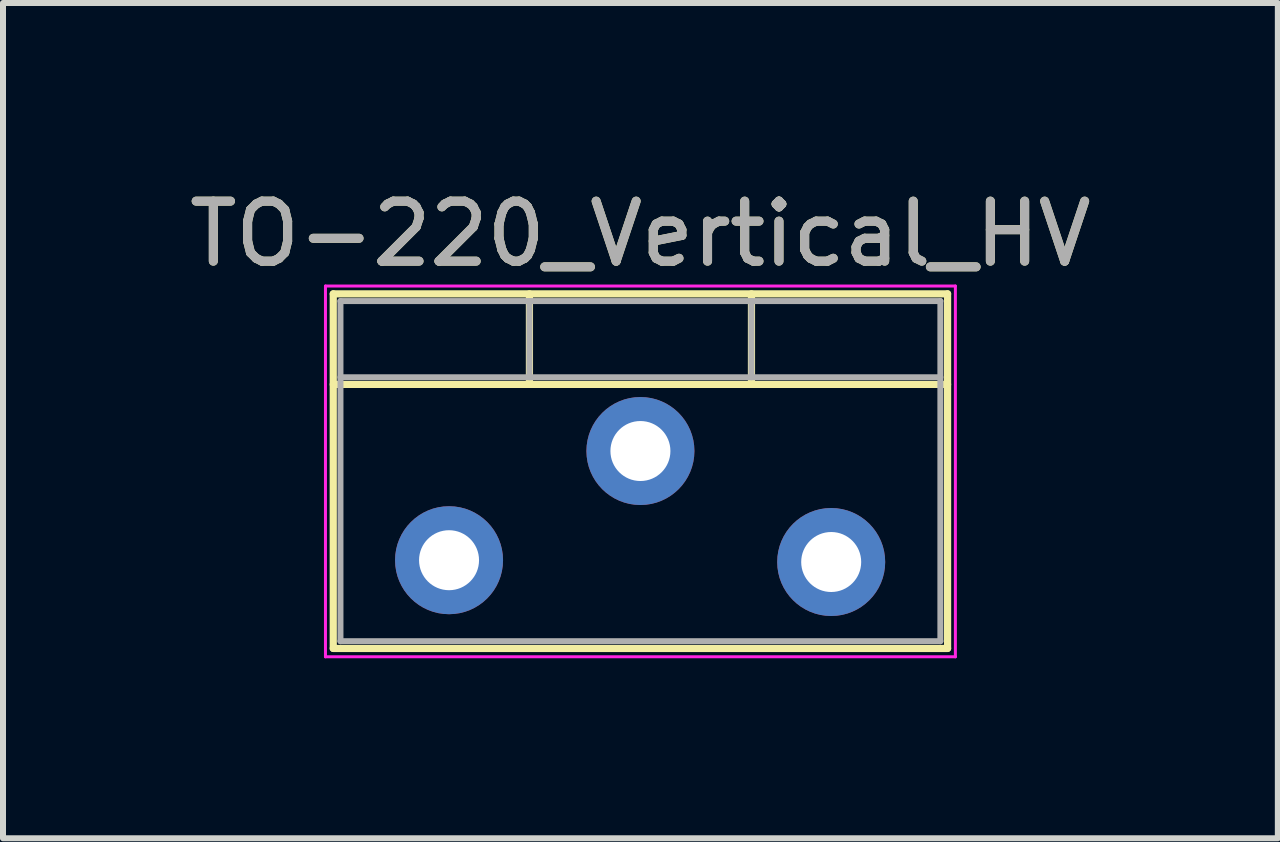
<source format=kicad_pcb>
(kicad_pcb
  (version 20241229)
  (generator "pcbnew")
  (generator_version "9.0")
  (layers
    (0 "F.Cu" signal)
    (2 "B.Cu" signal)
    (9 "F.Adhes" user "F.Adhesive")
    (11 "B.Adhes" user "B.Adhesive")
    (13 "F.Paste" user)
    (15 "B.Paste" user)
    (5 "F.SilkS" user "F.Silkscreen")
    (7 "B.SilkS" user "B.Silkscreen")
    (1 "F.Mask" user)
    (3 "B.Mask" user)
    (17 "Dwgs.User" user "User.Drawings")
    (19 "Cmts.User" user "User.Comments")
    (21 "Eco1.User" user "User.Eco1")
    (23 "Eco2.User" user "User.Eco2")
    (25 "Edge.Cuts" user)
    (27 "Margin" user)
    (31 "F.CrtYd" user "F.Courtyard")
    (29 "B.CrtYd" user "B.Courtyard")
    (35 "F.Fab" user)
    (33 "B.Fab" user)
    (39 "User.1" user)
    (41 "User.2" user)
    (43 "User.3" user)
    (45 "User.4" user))
  (footprint "TO-220_Vertical_HV"
    (layer "F.Cu")
    (at 5.085 4.468)
    (property "Reference" "TO-220_Vertical_HV" (at 2.54 -3.62 0) (layer "F.SilkS") (effects (font (size 1 1) (thickness 0.15))))
    (attr through_hole)
    (fp_line (start -2.58 -2.62) (end -2.58 3.29) (stroke (width 0.12) (type solid)) (layer "F.SilkS"))
    (fp_line (start -2.58 -2.62) (end 7.66 -2.62) (stroke (width 0.12) (type solid)) (layer "F.SilkS"))
    (fp_line (start -2.58 -1.11) (end 7.66 -1.11) (stroke (width 0.12) (type solid)) (layer "F.SilkS"))
    (fp_line (start -2.58 3.291) (end 7.66 3.291) (stroke (width 0.12) (type solid)) (layer "F.SilkS"))
    (fp_line (start 0.69 -2.62) (end 0.69 -1.11) (stroke (width 0.12) (type solid)) (layer "F.SilkS"))
    (fp_line (start 4.391 -2.62) (end 4.391 -1.11) (stroke (width 0.12) (type solid)) (layer "F.SilkS"))
    (fp_line (start 7.66 -2.62) (end 7.66 3.29) (stroke (width 0.12) (type solid)) (layer "F.SilkS"))
    (fp_line (start -2.71 -2.75) (end -2.71 3.43) (stroke (width 0.05) (type solid)) (layer "F.CrtYd"))
    (fp_line (start -2.71 3.43) (end 7.79 3.43) (stroke (width 0.05) (type solid)) (layer "F.CrtYd"))
    (fp_line (start 7.79 -2.75) (end -2.71 -2.75) (stroke (width 0.05) (type solid)) (layer "F.CrtYd"))
    (fp_line (start 7.79 3.43) (end 7.79 -2.75) (stroke (width 0.05) (type solid)) (layer "F.CrtYd"))
    (fp_line (start -2.46 -2.5) (end -2.46 3.17) (stroke (width 0.1) (type solid)) (layer "F.Fab"))
    (fp_line (start -2.46 -1.23) (end 7.54 -1.23) (stroke (width 0.1) (type solid)) (layer "F.Fab"))
    (fp_line (start -2.46 3.17) (end 7.54 3.17) (stroke (width 0.1) (type solid)) (layer "F.Fab"))
    (fp_line (start 0.69 -2.5) (end 0.69 -1.23) (stroke (width 0.1) (type solid)) (layer "F.Fab"))
    (fp_line (start 4.39 -2.5) (end 4.39 -1.23) (stroke (width 0.1) (type solid)) (layer "F.Fab"))
    (fp_line (start 7.54 -2.5) (end -2.46 -2.5) (stroke (width 0.1) (type solid)) (layer "F.Fab"))
    (fp_line (start 7.54 3.17) (end 7.54 -2.5) (stroke (width 0.1) (type solid)) (layer "F.Fab"))
    (fp_text user "${REFERENCE}" (at 2.54 -3.62 0) (layer "F.Fab") (effects (font (size 1 1) (thickness 0.15))))
    (pad "1" thru_hole oval (at -0.65 1.82) (size 1.8 1.8) (drill 1) (layers "*.Cu" "*.Mask"))
    (pad "2" thru_hole oval (at 2.54 0) (size 1.8 1.8) (drill 1) (layers "*.Cu" "*.Mask"))
    (pad "3" thru_hole oval (at 5.72 1.85) (size 1.8 1.8) (drill 1) (layers "*.Cu" "*.Mask")))
  (gr_rect
    (start -3 -3)
    (end 18.25 10.923)
    (stroke (width 0.1) (type default))
    (fill no)
    (layer "Edge.Cuts")))
</source>
